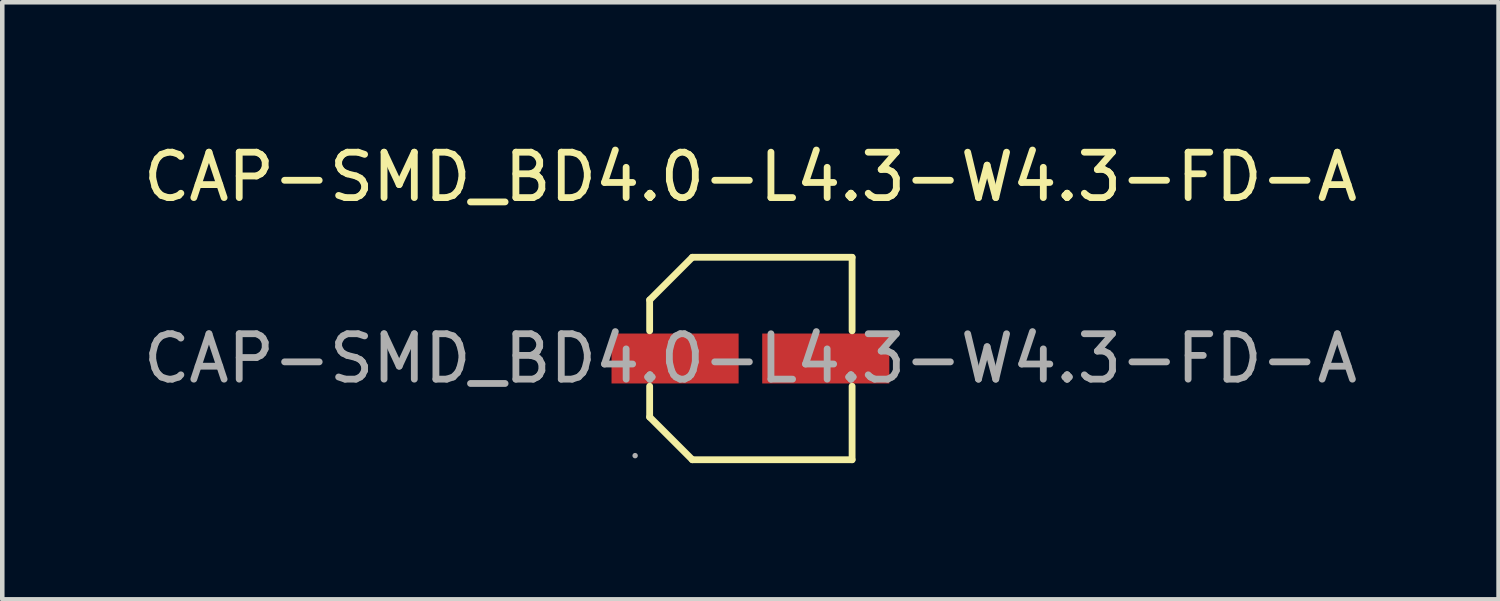
<source format=kicad_pcb>
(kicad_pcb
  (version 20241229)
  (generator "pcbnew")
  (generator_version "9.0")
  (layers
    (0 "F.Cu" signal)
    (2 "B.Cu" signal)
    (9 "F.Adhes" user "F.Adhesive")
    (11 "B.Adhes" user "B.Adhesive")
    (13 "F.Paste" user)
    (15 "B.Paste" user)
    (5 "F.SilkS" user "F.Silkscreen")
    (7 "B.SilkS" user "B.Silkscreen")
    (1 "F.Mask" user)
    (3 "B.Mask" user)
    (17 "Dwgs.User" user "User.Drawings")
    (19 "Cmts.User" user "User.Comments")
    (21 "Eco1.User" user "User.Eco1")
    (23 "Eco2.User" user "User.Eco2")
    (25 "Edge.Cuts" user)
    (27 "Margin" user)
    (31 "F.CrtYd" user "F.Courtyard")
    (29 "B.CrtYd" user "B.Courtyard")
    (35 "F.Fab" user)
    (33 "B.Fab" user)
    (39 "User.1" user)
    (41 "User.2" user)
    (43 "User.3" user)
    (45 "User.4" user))
  (footprint "CAP-SMD_BD4.0-L4.3-W4.3-FD-A"
    (layer "F.Cu")
    (at 13.482 4.848)
    (property "Reference" "CAP-SMD_BD4.0-L4.3-W4.3-FD-A" (at 0 -4 0) (layer "F.SilkS") (effects (font (size 1 1) (thickness 0.15))))
    (attr through_hole)
    (fp_line (start -2.22 -1.29) (end -2.22 -0.61) (stroke (width 0.15) (type solid)) (layer "F.SilkS"))
    (fp_line (start -2.22 1.29) (end -2.22 0.61) (stroke (width 0.15) (type solid)) (layer "F.SilkS"))
    (fp_line (start -1.28 -2.23) (end -2.22 -1.29) (stroke (width 0.15) (type solid)) (layer "F.SilkS"))
    (fp_line (start -1.28 2.23) (end -2.22 1.29) (stroke (width 0.15) (type solid)) (layer "F.SilkS"))
    (fp_line (start 2.24 -2.23) (end -1.28 -2.23) (stroke (width 0.15) (type solid)) (layer "F.SilkS"))
    (fp_line (start 2.24 -0.61) (end 2.24 -2.23) (stroke (width 0.15) (type solid)) (layer "F.SilkS"))
    (fp_line (start 2.24 0.61) (end 2.24 2.23) (stroke (width 0.15) (type solid)) (layer "F.SilkS"))
    (fp_line (start 2.24 2.23) (end -1.28 2.23) (stroke (width 0.15) (type solid)) (layer "F.SilkS"))
    (fp_circle (center -2.54 2.14) (end -2.51 2.14) (stroke (width 0.06) (type solid)) (fill no) (layer "F.Fab"))
    (fp_text user "${REFERENCE}" (at 0 0 0) (layer "F.Fab") (effects (font (size 1 1) (thickness 0.15))))
    (pad "1" smd rect (at -1.66 0) (size 2.8 1.1) (layers "F.Cu" "F.Mask" "F.Paste"))
    (pad "2" smd rect (at 1.66 0) (size 2.8 1.1) (layers "F.Cu" "F.Mask" "F.Paste")))
  (gr_rect
    (start -3 -3)
    (end 29.964 10.153)
    (stroke (width 0.1) (type default))
    (fill no)
    (layer "Edge.Cuts")))
</source>
